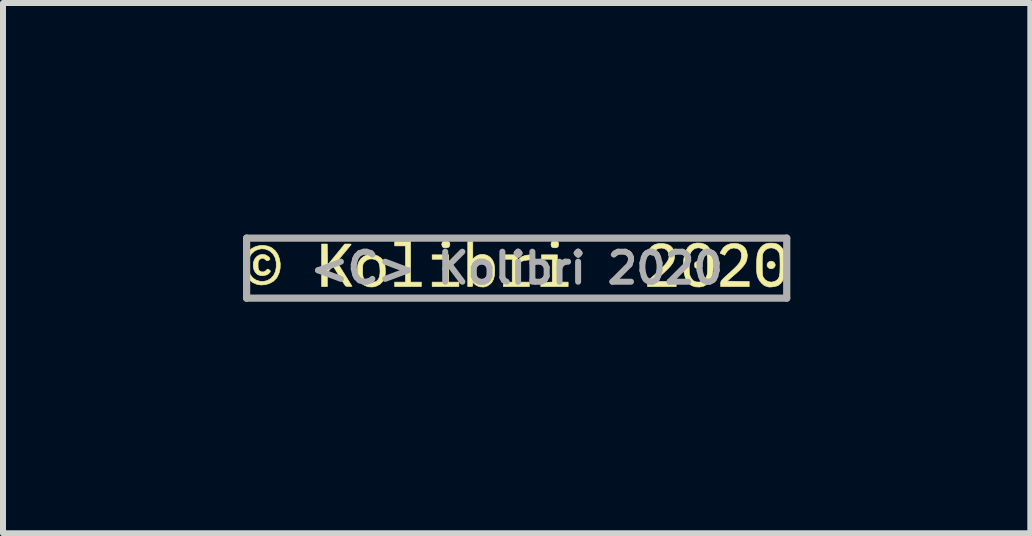
<source format=kicad_pcb>
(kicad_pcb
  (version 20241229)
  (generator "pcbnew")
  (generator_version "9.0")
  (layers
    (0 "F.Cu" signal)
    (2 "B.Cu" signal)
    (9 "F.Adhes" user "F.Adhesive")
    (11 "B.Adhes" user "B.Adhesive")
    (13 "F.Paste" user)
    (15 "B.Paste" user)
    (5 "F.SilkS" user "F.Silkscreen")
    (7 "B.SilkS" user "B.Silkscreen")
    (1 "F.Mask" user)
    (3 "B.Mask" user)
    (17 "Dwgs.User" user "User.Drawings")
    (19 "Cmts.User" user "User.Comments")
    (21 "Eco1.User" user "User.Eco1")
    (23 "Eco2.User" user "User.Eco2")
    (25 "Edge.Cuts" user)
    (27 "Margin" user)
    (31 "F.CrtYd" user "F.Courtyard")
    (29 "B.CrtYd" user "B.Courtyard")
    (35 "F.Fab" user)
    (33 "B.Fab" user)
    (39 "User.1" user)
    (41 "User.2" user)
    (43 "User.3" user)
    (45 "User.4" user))
  (footprint "copyright"
    (layer "F.Cu")
    (at 5.559 1.418)
    (property "Reference" "copyright" (at 0 0 0) (layer "Eco2.User") (effects (font (size 1.524 1.524) (thickness 0.3))))
    (attr through_hole)
    (fp_poly (pts (xy -1.768 0.233) (xy -1.588 0.233) (xy -1.588 0.307) (xy -2.033 0.307) (xy -2.033 0.233) (xy -1.853 0.233) (xy -1.853 -0.371) (xy -2.033 -0.371) (xy -2.033 -0.445) (xy -1.768 -0.445) (xy -1.768 0.233)) (stroke (width 0.01) (type solid)) (fill yes) (layer "F.SilkS"))
    (fp_poly (pts (xy -1.133 0.233) (xy -0.963 0.233) (xy -0.963 0.307) (xy -1.408 0.307) (xy -1.408 0.233) (xy -1.218 0.233) (xy -1.218 -0.148) (xy -1.408 -0.148) (xy -1.408 -0.222) (xy -1.133 -0.222) (xy -1.133 0.233)) (stroke (width 0.01) (type solid)) (fill yes) (layer "F.SilkS"))
    (fp_poly (pts (xy 0.678 0.233) (xy 0.858 0.233) (xy 0.858 0.307) (xy 0.401 0.307) (xy 0.404 0.273) (xy 0.408 0.238) (xy 0.593 0.232) (xy 0.593 -0.148) (xy 0.413 -0.148) (xy 0.413 -0.222) (xy 0.678 -0.222) (xy 0.678 0.233)) (stroke (width 0.01) (type solid)) (fill yes) (layer "F.SilkS"))
    (fp_poly (pts (xy -1.143 -0.447) (xy -1.119 -0.426) (xy -1.112 -0.394) (xy -1.123 -0.359) (xy -1.141 -0.344) (xy -1.171 -0.338) (xy -1.203 -0.339) (xy -1.229 -0.349) (xy -1.238 -0.359) (xy -1.249 -0.396) (xy -1.241 -0.427) (xy -1.217 -0.448) (xy -1.181 -0.455) (xy -1.143 -0.447)) (stroke (width 0.01) (type solid)) (fill yes) (layer "F.SilkS"))
    (fp_poly (pts (xy 0.672 -0.45) (xy 0.692 -0.433) (xy 0.699 -0.401) (xy 0.699 -0.397) (xy 0.695 -0.37) (xy 0.686 -0.352) (xy 0.665 -0.342) (xy 0.634 -0.339) (xy 0.604 -0.343) (xy 0.584 -0.352) (xy 0.575 -0.371) (xy 0.572 -0.397) (xy 0.577 -0.43) (xy 0.596 -0.449) (xy 0.631 -0.455) (xy 0.635 -0.455) (xy 0.672 -0.45)) (stroke (width 0.01) (type solid)) (fill yes) (layer "F.SilkS"))
    (fp_poly (pts (xy 4.274 -0.108) (xy 4.299 -0.085) (xy 4.309 -0.054) (xy 4.309 -0.053) (xy 4.3 -0.022) (xy 4.275 0.001) (xy 4.242 0.011) (xy 4.24 0.011) (xy 4.215 0.005) (xy 4.195 -0.006) (xy 4.175 -0.03) (xy 4.172 -0.059) (xy 4.183 -0.086) (xy 4.206 -0.107) (xy 4.238 -0.116) (xy 4.24 -0.116) (xy 4.274 -0.108)) (stroke (width 0.01) (type solid)) (fill yes) (layer "F.SilkS"))
    (fp_poly (pts (xy 3.055 -0.109) (xy 3.075 -0.1) (xy 3.085 -0.086) (xy 3.089 -0.058) (xy 3.09 -0.055) (xy 3.09 -0.026) (xy 3.084 -0.011) (xy 3.068 -0.001) (xy 3.065 0.00003) (xy 3.034 0.009) (xy 3.008 0.007) (xy 2.988 -0.00033) (xy 2.972 -0.011) (xy 2.966 -0.031) (xy 2.965 -0.053) (xy 2.967 -0.082) (xy 2.976 -0.098) (xy 2.994 -0.107) (xy 3.033 -0.112) (xy 3.055 -0.109)) (stroke (width 0.01) (type solid)) (fill yes) (layer "F.SilkS"))
    (fp_poly (pts (xy 0.265 -0.14) (xy 0.185 -0.135) (xy 0.127 -0.128) (xy 0.082 -0.114) (xy 0.051 -0.089) (xy 0.029 -0.053) (xy 0.017 -0.001) (xy 0.011 0.067) (xy 0.011 0.109) (xy 0.011 0.233) (xy 0.212 0.233) (xy 0.212 0.307) (xy -0.222 0.307) (xy -0.222 0.233) (xy -0.074 0.233) (xy -0.074 -0.148) (xy -0.222 -0.148) (xy -0.222 -0.222) (xy 0.011 -0.222) (xy 0.011 -0.156) (xy 0.012 -0.122) (xy 0.014 -0.106) (xy 0.018 -0.107) (xy 0.022 -0.116) (xy 0.048 -0.16) (xy 0.087 -0.191) (xy 0.142 -0.211) (xy 0.196 -0.219) (xy 0.265 -0.225) (xy 0.265 -0.14)) (stroke (width 0.01) (type solid)) (fill yes) (layer "F.SilkS"))
    (fp_poly (pts (xy -3.153 -0.227) (xy -3.15 -0.052) (xy -3.007 -0.227) (xy -2.864 -0.402) (xy -2.807 -0.402) (xy -2.774 -0.402) (xy -2.76 -0.399) (xy -2.759 -0.393) (xy -2.765 -0.384) (xy -2.777 -0.37) (xy -2.8 -0.342) (xy -2.831 -0.305) (xy -2.867 -0.262) (xy -2.889 -0.236) (xy -2.998 -0.106) (xy -2.87 0.098) (xy -2.743 0.302) (xy -2.792 0.305) (xy -2.829 0.304) (xy -2.852 0.296) (xy -2.853 0.294) (xy -2.863 0.281) (xy -2.881 0.253) (xy -2.906 0.213) (xy -2.936 0.165) (xy -2.959 0.127) (xy -2.99 0.076) (xy -3.017 0.032) (xy -3.039 -0.003) (xy -3.052 -0.025) (xy -3.057 -0.031) (xy -3.065 -0.026) (xy -3.083 -0.009) (xy -3.107 0.016) (xy -3.154 0.069) (xy -3.155 0.188) (xy -3.155 0.307) (xy -3.25 0.307) (xy -3.25 -0.402) (xy -3.156 -0.402) (xy -3.153 -0.227)) (stroke (width 0.01) (type solid)) (fill yes) (layer "F.SilkS"))
    (fp_poly (pts (xy -4.184 -0.221) (xy -4.14 -0.195) (xy -4.115 -0.169) (xy -4.11 -0.15) (xy -4.124 -0.135) (xy -4.134 -0.129) (xy -4.155 -0.123) (xy -4.172 -0.13) (xy -4.187 -0.143) (xy -4.218 -0.165) (xy -4.25 -0.166) (xy -4.281 -0.146) (xy -4.283 -0.143) (xy -4.298 -0.126) (xy -4.306 -0.105) (xy -4.309 -0.075) (xy -4.309 -0.048) (xy -4.308 -0.006) (xy -4.302 0.02) (xy -4.292 0.039) (xy -4.288 0.042) (xy -4.256 0.061) (xy -4.22 0.063) (xy -4.186 0.049) (xy -4.173 0.036) (xy -4.157 0.019) (xy -4.144 0.016) (xy -4.125 0.027) (xy -4.125 0.027) (xy -4.107 0.042) (xy -4.105 0.057) (xy -4.109 0.065) (xy -4.136 0.096) (xy -4.177 0.116) (xy -4.225 0.126) (xy -4.273 0.123) (xy -4.317 0.106) (xy -4.353 0.072) (xy -4.378 0.025) (xy -4.39 -0.032) (xy -4.387 -0.091) (xy -4.383 -0.107) (xy -4.36 -0.16) (xy -4.325 -0.198) (xy -4.281 -0.222) (xy -4.233 -0.23) (xy -4.184 -0.221)) (stroke (width 0.01) (type solid)) (fill yes) (layer "F.SilkS"))
    (fp_poly (pts (xy 3.7 -0.404) (xy 3.758 -0.379) (xy 3.802 -0.34) (xy 3.831 -0.287) (xy 3.843 -0.222) (xy 3.843 -0.21) (xy 3.839 -0.162) (xy 3.828 -0.118) (xy 3.806 -0.074) (xy 3.772 -0.028) (xy 3.725 0.023) (xy 3.663 0.081) (xy 3.623 0.116) (xy 3.507 0.217) (xy 3.875 0.223) (xy 3.875 0.307) (xy 3.399 0.307) (xy 3.399 0.26) (xy 3.399 0.243) (xy 3.402 0.228) (xy 3.408 0.214) (xy 3.422 0.197) (xy 3.443 0.174) (xy 3.476 0.143) (xy 3.521 0.102) (xy 3.541 0.084) (xy 3.604 0.026) (xy 3.653 -0.021) (xy 3.689 -0.06) (xy 3.714 -0.093) (xy 3.731 -0.124) (xy 3.74 -0.154) (xy 3.745 -0.187) (xy 3.746 -0.196) (xy 3.744 -0.25) (xy 3.728 -0.289) (xy 3.696 -0.316) (xy 3.668 -0.329) (xy 3.614 -0.336) (xy 3.563 -0.324) (xy 3.519 -0.294) (xy 3.486 -0.249) (xy 3.467 -0.215) (xy 3.428 -0.232) (xy 3.389 -0.249) (xy 3.407 -0.285) (xy 3.445 -0.342) (xy 3.496 -0.382) (xy 3.559 -0.406) (xy 3.631 -0.413) (xy 3.7 -0.404)) (stroke (width 0.01) (type solid)) (fill yes) (layer "F.SilkS"))
    (fp_poly (pts (xy -4.141 -0.366) (xy -4.079 -0.338) (xy -4.025 -0.292) (xy -4.021 -0.288) (xy -3.979 -0.227) (xy -3.952 -0.154) (xy -3.939 -0.076) (xy -3.941 0.004) (xy -3.959 0.081) (xy -3.991 0.15) (xy -4.006 0.171) (xy -4.054 0.219) (xy -4.116 0.254) (xy -4.186 0.275) (xy -4.258 0.281) (xy -4.322 0.272) (xy -4.395 0.241) (xy -4.454 0.195) (xy -4.498 0.134) (xy -4.528 0.06) (xy -4.541 -0.022) (xy -4.476 -0.022) (xy -4.463 0.048) (xy -4.437 0.111) (xy -4.398 0.161) (xy -4.344 0.198) (xy -4.282 0.218) (xy -4.216 0.221) (xy -4.153 0.206) (xy -4.153 0.206) (xy -4.094 0.17) (xy -4.049 0.12) (xy -4.019 0.055) (xy -4.006 -0.016) (xy -4.006 -0.099) (xy -4.024 -0.172) (xy -4.058 -0.233) (xy -4.108 -0.281) (xy -4.126 -0.293) (xy -4.187 -0.318) (xy -4.252 -0.323) (xy -4.315 -0.311) (xy -4.372 -0.282) (xy -4.42 -0.237) (xy -4.428 -0.226) (xy -4.459 -0.164) (xy -4.475 -0.095) (xy -4.476 -0.022) (xy -4.541 -0.022) (xy -4.541 -0.026) (xy -4.542 -0.054) (xy -4.533 -0.14) (xy -4.508 -0.215) (xy -4.467 -0.278) (xy -4.414 -0.327) (xy -4.348 -0.361) (xy -4.273 -0.378) (xy -4.215 -0.379) (xy -4.141 -0.366)) (stroke (width 0.01) (type solid)) (fill yes) (layer "F.SilkS"))
    (fp_poly (pts (xy 2.437 -0.41) (xy 2.507 -0.398) (xy 2.561 -0.371) (xy 2.6 -0.33) (xy 2.623 -0.275) (xy 2.63 -0.206) (xy 2.628 -0.172) (xy 2.623 -0.141) (xy 2.613 -0.11) (xy 2.596 -0.079) (xy 2.571 -0.045) (xy 2.536 -0.005) (xy 2.49 0.041) (xy 2.431 0.096) (xy 2.358 0.163) (xy 2.335 0.184) (xy 2.292 0.222) (xy 2.475 0.222) (xy 2.658 0.222) (xy 2.658 0.307) (xy 2.181 0.307) (xy 2.181 0.261) (xy 2.182 0.243) (xy 2.185 0.227) (xy 2.194 0.212) (xy 2.21 0.193) (xy 2.236 0.167) (xy 2.275 0.132) (xy 2.293 0.116) (xy 2.372 0.045) (xy 2.434 -0.017) (xy 2.481 -0.069) (xy 2.514 -0.116) (xy 2.534 -0.157) (xy 2.541 -0.195) (xy 2.538 -0.232) (xy 2.525 -0.269) (xy 2.524 -0.27) (xy 2.497 -0.306) (xy 2.459 -0.327) (xy 2.415 -0.335) (xy 2.369 -0.33) (xy 2.327 -0.312) (xy 2.293 -0.282) (xy 2.275 -0.249) (xy 2.262 -0.213) (xy 2.225 -0.229) (xy 2.2 -0.24) (xy 2.185 -0.247) (xy 2.184 -0.248) (xy 2.184 -0.261) (xy 2.195 -0.284) (xy 2.212 -0.312) (xy 2.233 -0.34) (xy 2.252 -0.361) (xy 2.254 -0.363) (xy 2.301 -0.393) (xy 2.355 -0.408) (xy 2.421 -0.411) (xy 2.437 -0.41)) (stroke (width 0.01) (type solid)) (fill yes) (layer "F.SilkS"))
    (fp_poly (pts (xy -2.369 -0.223) (xy -2.313 -0.203) (xy -2.263 -0.17) (xy -2.223 -0.123) (xy -2.206 -0.087) (xy -2.194 -0.039) (xy -2.188 0.021) (xy -2.188 0.083) (xy -2.195 0.139) (xy -2.201 0.163) (xy -2.232 0.221) (xy -2.277 0.267) (xy -2.334 0.298) (xy -2.398 0.314) (xy -2.468 0.311) (xy -2.486 0.307) (xy -2.543 0.283) (xy -2.593 0.243) (xy -2.627 0.194) (xy -2.64 0.165) (xy -2.647 0.136) (xy -2.651 0.1) (xy -2.652 0.05) (xy -2.652 0.042) (xy -2.568 0.042) (xy -2.566 0.103) (xy -2.559 0.147) (xy -2.545 0.18) (xy -2.522 0.204) (xy -2.488 0.225) (xy -2.487 0.226) (xy -2.443 0.239) (xy -2.393 0.237) (xy -2.346 0.223) (xy -2.335 0.217) (xy -2.307 0.189) (xy -2.288 0.149) (xy -2.278 0.093) (xy -2.276 0.042) (xy -2.281 -0.028) (xy -2.294 -0.081) (xy -2.318 -0.118) (xy -2.355 -0.142) (xy -2.404 -0.154) (xy -2.406 -0.154) (xy -2.46 -0.151) (xy -2.508 -0.128) (xy -2.546 -0.092) (xy -2.556 -0.075) (xy -2.563 -0.054) (xy -2.566 -0.024) (xy -2.567 0.019) (xy -2.568 0.042) (xy -2.652 0.042) (xy -2.651 -0.009) (xy -2.648 -0.047) (xy -2.641 -0.076) (xy -2.629 -0.105) (xy -2.627 -0.11) (xy -2.591 -0.161) (xy -2.543 -0.198) (xy -2.488 -0.221) (xy -2.429 -0.229) (xy -2.369 -0.223)) (stroke (width 0.01) (type solid)) (fill yes) (layer "F.SilkS"))
    (fp_poly (pts (xy -0.731 -0.15) (xy -0.701 -0.18) (xy -0.653 -0.213) (xy -0.598 -0.229) (xy -0.54 -0.228) (xy -0.484 -0.21) (xy -0.437 -0.177) (xy -0.402 -0.133) (xy -0.379 -0.079) (xy -0.367 -0.01) (xy -0.365 0.042) (xy -0.37 0.121) (xy -0.386 0.184) (xy -0.413 0.235) (xy -0.437 0.261) (xy -0.489 0.298) (xy -0.547 0.315) (xy -0.609 0.311) (xy -0.641 0.302) (xy -0.674 0.285) (xy -0.703 0.264) (xy -0.707 0.259) (xy -0.731 0.232) (xy -0.731 0.269) (xy -0.732 0.293) (xy -0.74 0.304) (xy -0.76 0.307) (xy -0.773 0.307) (xy -0.815 0.307) (xy -0.815 0.039) (xy -0.731 0.039) (xy -0.73 0.102) (xy -0.726 0.148) (xy -0.718 0.18) (xy -0.704 0.202) (xy -0.683 0.218) (xy -0.663 0.228) (xy -0.619 0.241) (xy -0.575 0.238) (xy -0.534 0.223) (xy -0.5 0.202) (xy -0.476 0.173) (xy -0.462 0.132) (xy -0.456 0.076) (xy -0.455 0.041) (xy -0.458 -0.023) (xy -0.469 -0.071) (xy -0.488 -0.105) (xy -0.518 -0.13) (xy -0.543 -0.142) (xy -0.598 -0.156) (xy -0.649 -0.149) (xy -0.693 -0.123) (xy -0.7 -0.117) (xy -0.713 -0.103) (xy -0.722 -0.09) (xy -0.727 -0.073) (xy -0.729 -0.047) (xy -0.73 -0.009) (xy -0.731 0.039) (xy -0.815 0.039) (xy -0.815 -0.445) (xy -0.731 -0.445) (xy -0.731 -0.15)) (stroke (width 0.01) (type solid)) (fill yes) (layer "F.SilkS"))
    (fp_poly (pts (xy 3.067 -0.417) (xy 3.129 -0.4) (xy 3.172 -0.376) (xy 3.21 -0.334) (xy 3.24 -0.278) (xy 3.261 -0.209) (xy 3.274 -0.133) (xy 3.279 -0.053) (xy 3.274 0.027) (xy 3.262 0.103) (xy 3.241 0.171) (xy 3.211 0.228) (xy 3.173 0.269) (xy 3.173 0.269) (xy 3.114 0.301) (xy 3.047 0.315) (xy 2.976 0.311) (xy 2.954 0.305) (xy 2.92 0.291) (xy 2.886 0.271) (xy 2.883 0.269) (xy 2.845 0.228) (xy 2.815 0.171) (xy 2.794 0.103) (xy 2.782 0.026) (xy 2.777 -0.053) (xy 2.875 -0.053) (xy 2.875 0.009) (xy 2.876 0.054) (xy 2.879 0.087) (xy 2.884 0.112) (xy 2.891 0.133) (xy 2.898 0.148) (xy 2.918 0.181) (xy 2.942 0.207) (xy 2.951 0.214) (xy 2.991 0.229) (xy 3.038 0.232) (xy 3.084 0.223) (xy 3.103 0.215) (xy 3.127 0.194) (xy 3.15 0.163) (xy 3.158 0.148) (xy 3.167 0.127) (xy 3.174 0.106) (xy 3.178 0.079) (xy 3.18 0.044) (xy 3.181 -0.005) (xy 3.182 -0.053) (xy 3.181 -0.115) (xy 3.18 -0.16) (xy 3.177 -0.193) (xy 3.173 -0.218) (xy 3.165 -0.239) (xy 3.158 -0.254) (xy 3.126 -0.301) (xy 3.084 -0.329) (xy 3.032 -0.339) (xy 3.028 -0.339) (xy 2.975 -0.33) (xy 2.933 -0.303) (xy 2.9 -0.258) (xy 2.898 -0.254) (xy 2.889 -0.233) (xy 2.882 -0.212) (xy 2.878 -0.185) (xy 2.876 -0.15) (xy 2.875 -0.101) (xy 2.875 -0.053) (xy 2.777 -0.053) (xy 2.777 -0.054) (xy 2.782 -0.134) (xy 2.795 -0.21) (xy 2.816 -0.278) (xy 2.846 -0.335) (xy 2.884 -0.376) (xy 2.938 -0.405) (xy 3.001 -0.419) (xy 3.067 -0.417)) (stroke (width 0.01) (type solid)) (fill yes) (layer "F.SilkS"))
    (fp_poly (pts (xy 4.3 -0.413) (xy 4.346 -0.4) (xy 4.385 -0.374) (xy 4.412 -0.346) (xy 4.44 -0.308) (xy 4.46 -0.266) (xy 4.473 -0.216) (xy 4.481 -0.153) (xy 4.484 -0.073) (xy 4.484 -0.053) (xy 4.483 0.013) (xy 4.481 0.063) (xy 4.476 0.102) (xy 4.468 0.134) (xy 4.464 0.147) (xy 4.437 0.203) (xy 4.401 0.252) (xy 4.359 0.287) (xy 4.351 0.292) (xy 4.325 0.3) (xy 4.289 0.308) (xy 4.251 0.313) (xy 4.218 0.315) (xy 4.198 0.313) (xy 4.18 0.308) (xy 4.158 0.302) (xy 4.12 0.285) (xy 4.082 0.252) (xy 4.047 0.209) (xy 4.022 0.161) (xy 4.012 0.133) (xy 4.005 0.106) (xy 4.001 0.074) (xy 3.998 0.032) (xy 3.997 -0.024) (xy 3.997 -0.048) (xy 3.997 -0.053) (xy 4.092 -0.053) (xy 4.092 0.014) (xy 4.094 0.064) (xy 4.096 0.1) (xy 4.1 0.126) (xy 4.106 0.145) (xy 4.111 0.157) (xy 4.145 0.197) (xy 4.191 0.224) (xy 4.24 0.233) (xy 4.278 0.227) (xy 4.314 0.214) (xy 4.317 0.212) (xy 4.341 0.195) (xy 4.359 0.176) (xy 4.372 0.151) (xy 4.381 0.118) (xy 4.386 0.072) (xy 4.388 0.012) (xy 4.389 -0.053) (xy 4.388 -0.12) (xy 4.387 -0.17) (xy 4.385 -0.206) (xy 4.381 -0.232) (xy 4.375 -0.251) (xy 4.37 -0.263) (xy 4.337 -0.303) (xy 4.294 -0.328) (xy 4.246 -0.338) (xy 4.198 -0.332) (xy 4.154 -0.311) (xy 4.118 -0.274) (xy 4.111 -0.263) (xy 4.104 -0.246) (xy 4.099 -0.226) (xy 4.095 -0.198) (xy 4.093 -0.159) (xy 4.092 -0.105) (xy 4.092 -0.053) (xy 3.997 -0.053) (xy 3.999 -0.131) (xy 4.005 -0.197) (xy 4.016 -0.25) (xy 4.033 -0.294) (xy 4.057 -0.331) (xy 4.068 -0.346) (xy 4.106 -0.382) (xy 4.147 -0.404) (xy 4.196 -0.415) (xy 4.24 -0.417) (xy 4.3 -0.413)) (stroke (width 0.01) (type solid)) (fill yes) (layer "F.SilkS"))
    (fp_line (start -4.5 -0.5) (end -4.5 0.5) (stroke (width 0.12) (type solid)) (layer "F.Fab"))
    (fp_line (start -4.5 0.5) (end 4.5 0.5) (stroke (width 0.12) (type solid)) (layer "F.Fab"))
    (fp_line (start 4.5 -0.5) (end -4.5 -0.5) (stroke (width 0.12) (type solid)) (layer "F.Fab"))
    (fp_line (start 4.5 0.5) (end 4.5 -0.5) (stroke (width 0.12) (type solid)) (layer "F.Fab"))
    (fp_text user "<C> Kolibri 2020" (at 0 0 0) (layer "F.Fab") (effects (font (size 0.5 0.5) (thickness 0.1)))))
  (gr_rect
    (start -3 -3)
    (end 14.118 5.836)
    (stroke (width 0.1) (type default))
    (fill no)
    (layer "Edge.Cuts")))
</source>
